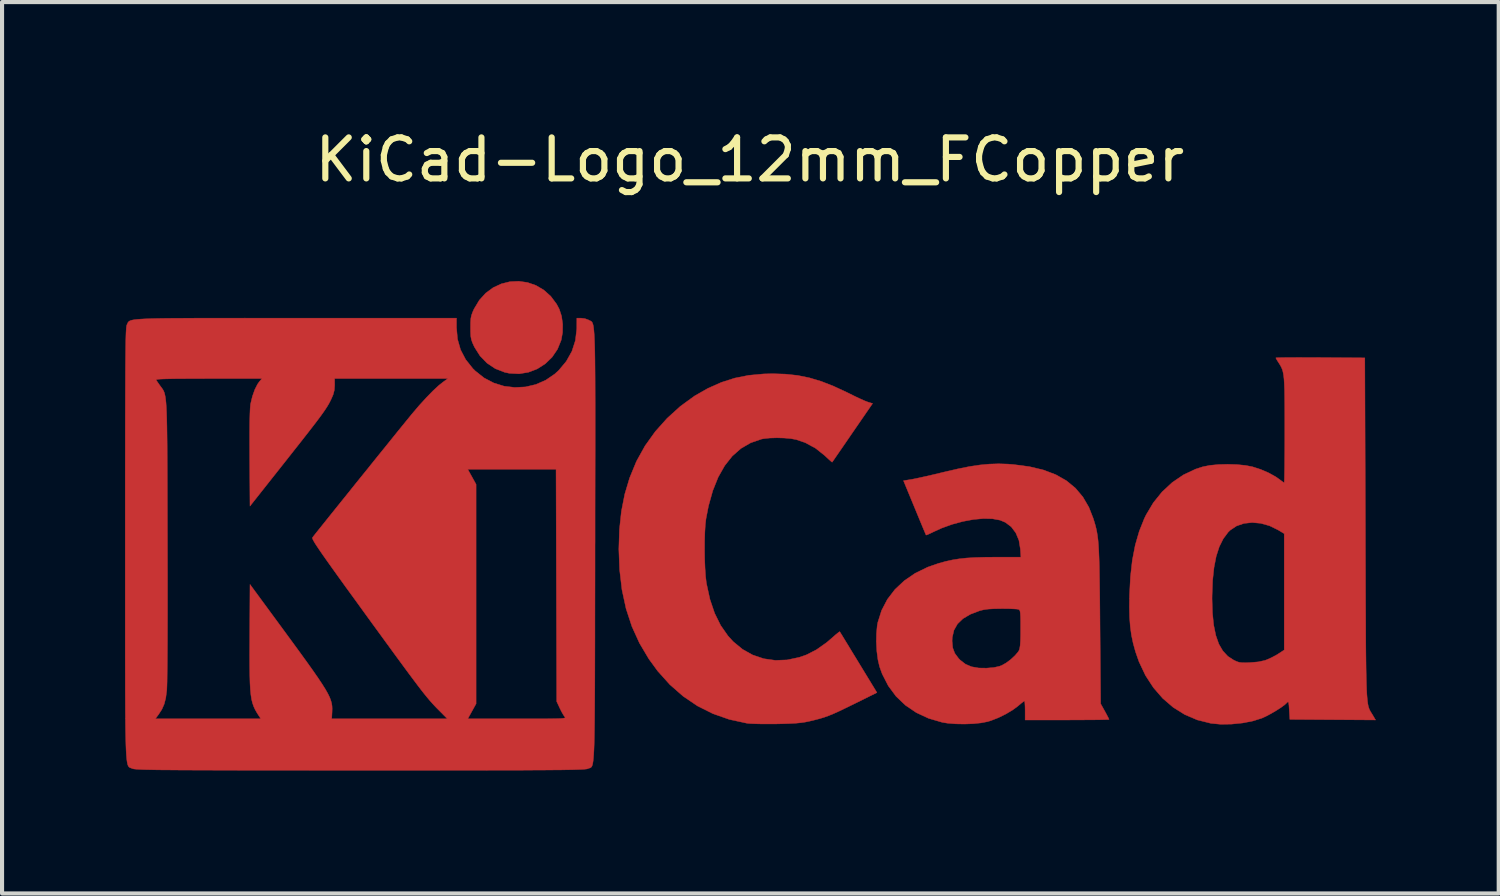
<source format=kicad_pcb>
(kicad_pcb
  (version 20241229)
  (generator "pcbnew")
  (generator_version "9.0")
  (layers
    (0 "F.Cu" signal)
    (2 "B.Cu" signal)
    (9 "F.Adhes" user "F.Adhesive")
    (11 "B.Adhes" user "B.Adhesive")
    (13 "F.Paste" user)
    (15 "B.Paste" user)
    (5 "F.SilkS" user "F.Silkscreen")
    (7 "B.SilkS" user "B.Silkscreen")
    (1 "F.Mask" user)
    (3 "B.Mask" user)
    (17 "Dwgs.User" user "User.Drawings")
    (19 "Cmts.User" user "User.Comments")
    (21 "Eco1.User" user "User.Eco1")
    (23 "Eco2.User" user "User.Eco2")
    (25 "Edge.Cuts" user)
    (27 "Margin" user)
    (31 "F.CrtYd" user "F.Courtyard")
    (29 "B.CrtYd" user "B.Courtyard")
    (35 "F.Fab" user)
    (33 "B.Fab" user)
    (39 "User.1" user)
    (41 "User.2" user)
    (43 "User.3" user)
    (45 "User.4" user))
  (footprint "KiCad-Logo_12mm_FCopper"
    (layer "F.Cu")
    (at 15.245 9.738)
    (property "Reference" "KiCad-Logo_12mm_FCopper" (at 0 -8.89 0) (layer "F.SilkS") (effects (font (size 1 1) (thickness 0.15))))
    (attr exclude_from_pos_files exclude_from_bom)
    (fp_poly (pts (xy -5.423 -5.895) (xy -5.218 -5.824) (xy -5.027 -5.712) (xy -4.856 -5.559) (xy -4.712 -5.366) (xy -4.648 -5.244) (xy -4.592 -5.073) (xy -4.565 -4.876) (xy -4.568 -4.674) (xy -4.601 -4.49) (xy -4.692 -4.266) (xy -4.824 -4.072) (xy -4.991 -3.911) (xy -5.185 -3.787) (xy -5.399 -3.705) (xy -5.628 -3.667) (xy -5.865 -3.679) (xy -5.981 -3.704) (xy -6.208 -3.792) (xy -6.41 -3.927) (xy -6.582 -4.104) (xy -6.718 -4.319) (xy -6.729 -4.343) (xy -6.769 -4.431) (xy -6.794 -4.505) (xy -6.808 -4.583) (xy -6.813 -4.684) (xy -6.814 -4.793) (xy -6.813 -4.925) (xy -6.806 -5.019) (xy -6.79 -5.096) (xy -6.762 -5.173) (xy -6.728 -5.249) (xy -6.599 -5.464) (xy -6.441 -5.638) (xy -6.259 -5.771) (xy -6.06 -5.863) (xy -5.85 -5.915) (xy -5.636 -5.925) (xy -5.423 -5.895)) (stroke (width 0.01) (type solid)) (fill yes) (layer "F.Cu"))
    (fp_poly (pts (xy 0.875 -3.659) (xy 1.17 -3.627) (xy 1.455 -3.569) (xy 1.743 -3.483) (xy 2.045 -3.365) (xy 2.372 -3.213) (xy 2.431 -3.184) (xy 2.566 -3.117) (xy 2.694 -3.057) (xy 2.801 -3.009) (xy 2.876 -2.98) (xy 2.887 -2.976) (xy 2.997 -2.943) (xy 2.506 -2.23) (xy 2.386 -2.055) (xy 2.277 -1.896) (xy 2.181 -1.757) (xy 2.103 -1.644) (xy 2.047 -1.562) (xy 2.015 -1.517) (xy 2.01 -1.51) (xy 1.99 -1.525) (xy 1.939 -1.57) (xy 1.867 -1.636) (xy 1.827 -1.674) (xy 1.603 -1.852) (xy 1.351 -1.988) (xy 1.133 -2.062) (xy 1.003 -2.086) (xy 0.84 -2.1) (xy 0.663 -2.105) (xy 0.491 -2.1) (xy 0.345 -2.085) (xy 0.286 -2.074) (xy 0.022 -1.983) (xy -0.216 -1.845) (xy -0.427 -1.659) (xy -0.612 -1.425) (xy -0.771 -1.144) (xy -0.902 -0.817) (xy -1.007 -0.443) (xy -1.069 -0.123) (xy -1.085 0.018) (xy -1.096 0.201) (xy -1.102 0.412) (xy -1.103 0.637) (xy -1.1 0.865) (xy -1.091 1.081) (xy -1.078 1.273) (xy -1.06 1.428) (xy -1.056 1.452) (xy -0.972 1.836) (xy -0.857 2.176) (xy -0.71 2.473) (xy -0.531 2.729) (xy -0.404 2.868) (xy -0.176 3.056) (xy 0.073 3.195) (xy 0.341 3.285) (xy 0.623 3.325) (xy 0.913 3.314) (xy 1.209 3.251) (xy 1.384 3.19) (xy 1.626 3.066) (xy 1.876 2.89) (xy 2.016 2.77) (xy 2.094 2.701) (xy 2.156 2.651) (xy 2.191 2.626) (xy 2.195 2.625) (xy 2.211 2.65) (xy 2.252 2.716) (xy 2.314 2.818) (xy 2.394 2.949) (xy 2.488 3.104) (xy 2.594 3.277) (xy 2.653 3.374) (xy 3.103 4.112) (xy 2.541 4.39) (xy 2.338 4.489) (xy 2.174 4.568) (xy 2.038 4.629) (xy 1.921 4.677) (xy 1.812 4.716) (xy 1.701 4.749) (xy 1.579 4.781) (xy 1.461 4.809) (xy 1.357 4.831) (xy 1.248 4.847) (xy 1.123 4.859) (xy 0.972 4.867) (xy 0.783 4.873) (xy 0.655 4.876) (xy 0.474 4.877) (xy 0.3 4.877) (xy 0.144 4.873) (xy 0.02 4.868) (xy -0.063 4.861) (xy -0.068 4.86) (xy -0.497 4.767) (xy -0.9 4.626) (xy -1.276 4.438) (xy -1.626 4.201) (xy -1.95 3.917) (xy -2.247 3.586) (xy -2.462 3.291) (xy -2.691 2.905) (xy -2.876 2.498) (xy -3.018 2.066) (xy -3.118 1.605) (xy -3.176 1.113) (xy -3.195 0.614) (xy -3.18 0.131) (xy -3.132 -0.315) (xy -3.05 -0.731) (xy -2.932 -1.125) (xy -2.777 -1.503) (xy -2.759 -1.543) (xy -2.555 -1.91) (xy -2.305 -2.259) (xy -2.015 -2.583) (xy -1.693 -2.875) (xy -1.346 -3.127) (xy -1.022 -3.312) (xy -0.695 -3.457) (xy -0.368 -3.562) (xy -0.027 -3.63) (xy 0.34 -3.664) (xy 0.56 -3.669) (xy 0.875 -3.659)) (stroke (width 0.01) (type solid)) (fill yes) (layer "F.Cu"))
    (fp_poly (pts (xy 13.611 -4.064) (xy 13.843 -4.063) (xy 13.922 -4.063) (xy 15.008 -4.056) (xy 15.022 0.109) (xy 15.023 0.674) (xy 15.025 1.187) (xy 15.026 1.65) (xy 15.028 2.067) (xy 15.03 2.44) (xy 15.031 2.772) (xy 15.033 3.064) (xy 15.036 3.321) (xy 15.039 3.544) (xy 15.043 3.737) (xy 15.047 3.901) (xy 15.052 4.04) (xy 15.058 4.157) (xy 15.066 4.253) (xy 15.074 4.331) (xy 15.083 4.395) (xy 15.094 4.447) (xy 15.107 4.489) (xy 15.12 4.524) (xy 15.136 4.555) (xy 15.153 4.585) (xy 15.172 4.615) (xy 15.193 4.649) (xy 15.198 4.657) (xy 15.27 4.78) (xy 14.224 4.773) (xy 13.178 4.766) (xy 13.164 4.536) (xy 13.157 4.426) (xy 13.149 4.362) (xy 13.139 4.337) (xy 13.123 4.342) (xy 13.11 4.356) (xy 13.052 4.41) (xy 12.959 4.478) (xy 12.842 4.553) (xy 12.715 4.627) (xy 12.592 4.692) (xy 12.498 4.735) (xy 12.276 4.805) (xy 12.022 4.854) (xy 11.754 4.881) (xy 11.491 4.885) (xy 11.252 4.862) (xy 11.248 4.861) (xy 10.92 4.779) (xy 10.614 4.648) (xy 10.331 4.471) (xy 10.075 4.251) (xy 9.849 3.99) (xy 9.655 3.692) (xy 9.498 3.36) (xy 9.412 3.114) (xy 9.355 2.907) (xy 9.313 2.708) (xy 9.285 2.503) (xy 9.268 2.28) (xy 9.262 2.027) (xy 9.265 1.821) (xy 11.28 1.821) (xy 11.29 2.167) (xy 11.32 2.464) (xy 11.372 2.717) (xy 11.445 2.926) (xy 11.543 3.094) (xy 11.664 3.225) (xy 11.805 3.317) (xy 11.878 3.352) (xy 11.941 3.373) (xy 12.011 3.382) (xy 12.106 3.383) (xy 12.208 3.379) (xy 12.409 3.362) (xy 12.568 3.327) (xy 12.618 3.309) (xy 12.732 3.258) (xy 12.852 3.194) (xy 12.905 3.161) (xy 13.041 3.072) (xy 13.041 0.233) (xy 12.891 0.143) (xy 12.682 0.041) (xy 12.468 -0.019) (xy 12.257 -0.038) (xy 12.057 -0.016) (xy 11.877 0.046) (xy 11.723 0.149) (xy 11.673 0.198) (xy 11.553 0.359) (xy 11.456 0.554) (xy 11.381 0.787) (xy 11.328 1.06) (xy 11.294 1.377) (xy 11.281 1.742) (xy 11.28 1.821) (xy 9.265 1.821) (xy 9.266 1.735) (xy 9.289 1.285) (xy 9.335 0.88) (xy 9.406 0.512) (xy 9.503 0.177) (xy 9.626 -0.132) (xy 9.67 -0.223) (xy 9.848 -0.522) (xy 10.062 -0.787) (xy 10.308 -1.015) (xy 10.581 -1.201) (xy 10.877 -1.341) (xy 11.053 -1.398) (xy 11.227 -1.433) (xy 11.436 -1.453) (xy 11.663 -1.459) (xy 11.89 -1.452) (xy 12.1 -1.431) (xy 12.268 -1.398) (xy 12.469 -1.333) (xy 12.663 -1.249) (xy 12.833 -1.155) (xy 12.924 -1.091) (xy 12.986 -1.044) (xy 13.03 -1.015) (xy 13.04 -1.011) (xy 13.043 -1.037) (xy 13.046 -1.113) (xy 13.048 -1.232) (xy 13.051 -1.391) (xy 13.052 -1.582) (xy 13.054 -1.801) (xy 13.055 -2.043) (xy 13.055 -2.29) (xy 13.055 -2.606) (xy 13.054 -2.872) (xy 13.052 -3.093) (xy 13.049 -3.276) (xy 13.043 -3.424) (xy 13.036 -3.543) (xy 13.025 -3.638) (xy 13.011 -3.713) (xy 12.993 -3.775) (xy 12.97 -3.828) (xy 12.943 -3.878) (xy 12.911 -3.929) (xy 12.907 -3.935) (xy 12.865 -4.001) (xy 12.84 -4.046) (xy 12.837 -4.056) (xy 12.863 -4.059) (xy 12.938 -4.061) (xy 13.056 -4.063) (xy 13.212 -4.064) (xy 13.399 -4.065) (xy 13.611 -4.064)) (stroke (width 0.01) (type solid)) (fill yes) (layer "F.Cu"))
    (fp_poly (pts (xy 6.301 -1.464) (xy 6.436 -1.453) (xy 6.823 -1.402) (xy 7.166 -1.32) (xy 7.467 -1.206) (xy 7.726 -1.059) (xy 7.946 -0.878) (xy 8.128 -0.662) (xy 8.275 -0.41) (xy 8.382 -0.137) (xy 8.409 -0.049) (xy 8.433 0.032) (xy 8.453 0.113) (xy 8.47 0.196) (xy 8.485 0.288) (xy 8.498 0.391) (xy 8.508 0.511) (xy 8.516 0.651) (xy 8.523 0.817) (xy 8.529 1.012) (xy 8.533 1.242) (xy 8.537 1.509) (xy 8.541 1.82) (xy 8.544 2.178) (xy 8.546 2.458) (xy 8.562 4.384) (xy 8.665 4.569) (xy 8.713 4.658) (xy 8.749 4.727) (xy 8.766 4.764) (xy 8.767 4.767) (xy 8.741 4.77) (xy 8.666 4.772) (xy 8.548 4.775) (xy 8.394 4.777) (xy 8.209 4.778) (xy 7.999 4.779) (xy 7.77 4.78) (xy 7.743 4.78) (xy 6.719 4.78) (xy 6.719 4.547) (xy 6.717 4.443) (xy 6.712 4.362) (xy 6.706 4.319) (xy 6.703 4.315) (xy 6.676 4.332) (xy 6.62 4.376) (xy 6.547 4.437) (xy 6.546 4.439) (xy 6.413 4.537) (xy 6.246 4.636) (xy 6.063 4.726) (xy 5.883 4.796) (xy 5.804 4.82) (xy 5.646 4.851) (xy 5.452 4.871) (xy 5.241 4.879) (xy 5.029 4.875) (xy 4.834 4.86) (xy 4.698 4.838) (xy 4.363 4.74) (xy 4.063 4.6) (xy 3.797 4.42) (xy 3.569 4.202) (xy 3.38 3.947) (xy 3.232 3.658) (xy 3.168 3.482) (xy 3.128 3.312) (xy 3.101 3.107) (xy 3.089 2.886) (xy 3.089 2.854) (xy 4.937 2.854) (xy 4.952 3.018) (xy 5.003 3.154) (xy 5.097 3.28) (xy 5.133 3.317) (xy 5.262 3.417) (xy 5.411 3.481) (xy 5.589 3.512) (xy 5.777 3.515) (xy 5.955 3.5) (xy 6.091 3.47) (xy 6.15 3.448) (xy 6.257 3.387) (xy 6.37 3.303) (xy 6.473 3.207) (xy 6.55 3.116) (xy 6.571 3.082) (xy 6.586 3.035) (xy 6.598 2.96) (xy 6.605 2.851) (xy 6.609 2.699) (xy 6.609 2.554) (xy 6.609 2.386) (xy 6.607 2.264) (xy 6.602 2.181) (xy 6.595 2.128) (xy 6.583 2.099) (xy 6.567 2.084) (xy 6.562 2.082) (xy 6.518 2.074) (xy 6.431 2.069) (xy 6.312 2.064) (xy 6.175 2.063) (xy 6.145 2.063) (xy 5.961 2.066) (xy 5.819 2.074) (xy 5.707 2.09) (xy 5.613 2.113) (xy 5.382 2.201) (xy 5.201 2.308) (xy 5.068 2.437) (xy 4.982 2.59) (xy 4.941 2.768) (xy 4.937 2.854) (xy 3.089 2.854) (xy 3.092 2.67) (xy 3.11 2.476) (xy 3.125 2.397) (xy 3.217 2.106) (xy 3.357 1.838) (xy 3.542 1.596) (xy 3.77 1.382) (xy 4.037 1.199) (xy 4.343 1.05) (xy 4.602 0.96) (xy 4.775 0.912) (xy 4.941 0.875) (xy 5.11 0.848) (xy 5.293 0.828) (xy 5.501 0.816) (xy 5.744 0.809) (xy 5.964 0.807) (xy 6.616 0.806) (xy 6.603 0.61) (xy 6.568 0.397) (xy 6.492 0.215) (xy 6.38 0.066) (xy 6.234 -0.043) (xy 6.106 -0.096) (xy 5.922 -0.13) (xy 5.703 -0.135) (xy 5.46 -0.113) (xy 5.202 -0.065) (xy 4.939 0.006) (xy 4.683 0.098) (xy 4.497 0.183) (xy 4.407 0.226) (xy 4.339 0.257) (xy 4.304 0.268) (xy 4.302 0.268) (xy 4.29 0.242) (xy 4.26 0.171) (xy 4.215 0.064) (xy 4.158 -0.074) (xy 4.091 -0.235) (xy 4.023 -0.4) (xy 3.751 -1.059) (xy 3.944 -1.09) (xy 4.028 -1.106) (xy 4.154 -1.133) (xy 4.312 -1.168) (xy 4.49 -1.209) (xy 4.677 -1.254) (xy 4.752 -1.272) (xy 5.076 -1.347) (xy 5.359 -1.404) (xy 5.613 -1.442) (xy 5.847 -1.464) (xy 6.073 -1.471) (xy 6.301 -1.464)) (stroke (width 0.01) (type solid)) (fill yes) (layer "F.Cu"))
    (fp_poly (pts (xy -11.847 -5.025) (xy -11.321 -5.025) (xy -11.076 -5.025) (xy -7.156 -5.025) (xy -7.156 -4.794) (xy -7.131 -4.513) (xy -7.057 -4.254) (xy -6.932 -4.015) (xy -6.756 -3.794) (xy -6.696 -3.735) (xy -6.482 -3.566) (xy -6.246 -3.443) (xy -5.995 -3.365) (xy -5.735 -3.334) (xy -5.475 -3.347) (xy -5.221 -3.406) (xy -4.98 -3.511) (xy -4.76 -3.661) (xy -4.661 -3.751) (xy -4.476 -3.973) (xy -4.34 -4.216) (xy -4.255 -4.479) (xy -4.222 -4.759) (xy -4.221 -4.786) (xy -4.22 -5.025) (xy -4.115 -5.025) (xy -4.021 -5.013) (xy -3.936 -4.982) (xy -3.931 -4.979) (xy -3.912 -4.969) (xy -3.894 -4.961) (xy -3.878 -4.953) (xy -3.863 -4.943) (xy -3.85 -4.928) (xy -3.838 -4.907) (xy -3.827 -4.876) (xy -3.817 -4.834) (xy -3.809 -4.778) (xy -3.802 -4.707) (xy -3.795 -4.617) (xy -3.79 -4.507) (xy -3.785 -4.374) (xy -3.781 -4.216) (xy -3.778 -4.031) (xy -3.776 -3.817) (xy -3.774 -3.571) (xy -3.773 -3.29) (xy -3.772 -2.974) (xy -3.772 -2.619) (xy -3.772 -2.223) (xy -3.772 -1.784) (xy -3.773 -1.3) (xy -3.774 -0.769) (xy -3.775 -0.187) (xy -3.775 0.446) (xy -3.776 0.524) (xy -3.776 1.161) (xy -3.777 1.747) (xy -3.778 2.282) (xy -3.778 2.769) (xy -3.779 3.211) (xy -3.78 3.609) (xy -3.781 3.967) (xy -3.783 4.285) (xy -3.785 4.568) (xy -3.787 4.815) (xy -3.79 5.031) (xy -3.793 5.217) (xy -3.797 5.376) (xy -3.802 5.509) (xy -3.808 5.62) (xy -3.815 5.709) (xy -3.822 5.781) (xy -3.831 5.836) (xy -3.84 5.877) (xy -3.851 5.906) (xy -3.863 5.926) (xy -3.877 5.939) (xy -3.892 5.948) (xy -3.908 5.953) (xy -3.926 5.958) (xy -3.946 5.965) (xy -3.95 5.968) (xy -3.965 5.973) (xy -3.991 5.977) (xy -4.028 5.981) (xy -4.08 5.985) (xy -4.148 5.988) (xy -4.236 5.991) (xy -4.344 5.994) (xy -4.476 5.996) (xy -4.633 5.999) (xy -4.818 6) (xy -5.033 6.002) (xy -5.28 6.003) (xy -5.561 6.005) (xy -5.878 6.006) (xy -6.234 6.006) (xy -6.631 6.007) (xy -7.071 6.007) (xy -7.556 6.008) (xy -8.088 6.008) (xy -8.67 6.008) (xy -9.303 6.008) (xy -9.509 6.008) (xy -10.156 6.008) (xy -10.752 6.008) (xy -11.297 6.007) (xy -11.794 6.007) (xy -12.245 6.007) (xy -12.653 6.006) (xy -13.02 6.005) (xy -13.347 6.004) (xy -13.638 6.003) (xy -13.894 6.002) (xy -14.117 6) (xy -14.31 5.999) (xy -14.476 5.997) (xy -14.615 5.994) (xy -14.731 5.992) (xy -14.826 5.989) (xy -14.901 5.985) (xy -14.96 5.982) (xy -15.003 5.978) (xy -15.035 5.974) (xy -15.056 5.969) (xy -15.067 5.965) (xy -15.088 5.956) (xy -15.107 5.95) (xy -15.124 5.943) (xy -15.139 5.935) (xy -15.154 5.921) (xy -15.166 5.902) (xy -15.178 5.873) (xy -15.188 5.832) (xy -15.197 5.779) (xy -15.205 5.709) (xy -15.212 5.622) (xy -15.218 5.514) (xy -15.223 5.383) (xy -15.227 5.228) (xy -15.231 5.045) (xy -15.234 4.834) (xy -15.234 4.752) (xy -14.505 4.752) (xy -11.929 4.752) (xy -11.979 4.677) (xy -12.028 4.6) (xy -12.07 4.526) (xy -12.104 4.452) (xy -12.133 4.37) (xy -12.156 4.277) (xy -12.173 4.166) (xy -12.186 4.034) (xy -12.195 3.875) (xy -12.2 3.683) (xy -12.203 3.454) (xy -12.204 3.182) (xy -12.202 2.863) (xy -12.202 2.744) (xy -12.195 1.472) (xy -11.389 2.569) (xy -11.161 2.88) (xy -10.963 3.151) (xy -10.794 3.385) (xy -10.65 3.587) (xy -10.531 3.759) (xy -10.434 3.905) (xy -10.357 4.028) (xy -10.297 4.133) (xy -10.253 4.223) (xy -10.223 4.302) (xy -10.203 4.372) (xy -10.193 4.439) (xy -10.19 4.504) (xy -10.192 4.573) (xy -10.192 4.581) (xy -10.201 4.752) (xy -8.789 4.752) (xy -7.378 4.752) (xy -7.588 4.54) (xy -7.645 4.483) (xy -7.699 4.426) (xy -7.752 4.368) (xy -7.807 4.306) (xy -7.867 4.235) (xy -7.933 4.154) (xy -8.008 4.059) (xy -8.094 3.947) (xy -8.194 3.814) (xy -8.31 3.659) (xy -8.445 3.476) (xy -8.6 3.265) (xy -8.779 3.02) (xy -8.983 2.74) (xy -9.215 2.422) (xy -9.405 2.16) (xy -9.643 1.831) (xy -9.852 1.544) (xy -10.031 1.295) (xy -10.184 1.082) (xy -10.312 0.902) (xy -10.417 0.753) (xy -10.501 0.631) (xy -10.566 0.534) (xy -10.614 0.46) (xy -10.646 0.404) (xy -10.665 0.366) (xy -10.673 0.342) (xy -10.67 0.329) (xy -10.644 0.295) (xy -10.587 0.222) (xy -10.502 0.116) (xy -10.393 -0.02) (xy -10.264 -0.181) (xy -10.118 -0.363) (xy -9.958 -0.562) (xy -9.788 -0.773) (xy -9.612 -0.993) (xy -9.432 -1.216) (xy -9.333 -1.338) (xy -6.882 -1.338) (xy -6.678 -0.97) (xy -6.678 4.384) (xy -6.882 4.752) (xy -5.676 4.752) (xy -5.388 4.752) (xy -5.151 4.752) (xy -4.958 4.751) (xy -4.807 4.749) (xy -4.693 4.747) (xy -4.61 4.744) (xy -4.554 4.739) (xy -4.521 4.733) (xy -4.507 4.725) (xy -4.506 4.715) (xy -4.515 4.704) (xy -4.515 4.704) (xy -4.549 4.654) (xy -4.595 4.573) (xy -4.635 4.492) (xy -4.711 4.329) (xy -4.719 1.495) (xy -4.727 -1.338) (xy -6.882 -1.338) (xy -9.333 -1.338) (xy -9.253 -1.438) (xy -9.078 -1.656) (xy -8.909 -1.864) (xy -8.752 -2.059) (xy -8.609 -2.237) (xy -8.483 -2.392) (xy -8.378 -2.521) (xy -8.298 -2.619) (xy -8.251 -2.677) (xy -8.069 -2.891) (xy -7.893 -3.084) (xy -7.731 -3.25) (xy -7.588 -3.383) (xy -7.486 -3.464) (xy -7.366 -3.551) (xy -10.13 -3.551) (xy -10.129 -3.388) (xy -10.137 -3.269) (xy -10.166 -3.159) (xy -10.211 -3.054) (xy -10.24 -2.995) (xy -10.271 -2.936) (xy -10.308 -2.874) (xy -10.352 -2.805) (xy -10.408 -2.724) (xy -10.476 -2.629) (xy -10.562 -2.514) (xy -10.667 -2.377) (xy -10.794 -2.213) (xy -10.946 -2.019) (xy -11.127 -1.79) (xy -11.338 -1.522) (xy -11.362 -1.492) (xy -12.195 -0.439) (xy -12.203 -1.605) (xy -12.204 -1.955) (xy -12.204 -2.251) (xy -12.202 -2.494) (xy -12.197 -2.686) (xy -12.191 -2.826) (xy -12.183 -2.917) (xy -12.18 -2.935) (xy -12.136 -3.117) (xy -12.078 -3.281) (xy -12.011 -3.413) (xy -11.972 -3.469) (xy -11.903 -3.551) (xy -13.204 -3.551) (xy -13.515 -3.55) (xy -13.774 -3.549) (xy -13.987 -3.548) (xy -14.156 -3.545) (xy -14.286 -3.542) (xy -14.38 -3.538) (xy -14.442 -3.533) (xy -14.476 -3.526) (xy -14.486 -3.518) (xy -14.485 -3.516) (xy -14.458 -3.475) (xy -14.412 -3.409) (xy -14.388 -3.375) (xy -14.363 -3.342) (xy -14.341 -3.312) (xy -14.321 -3.283) (xy -14.304 -3.252) (xy -14.288 -3.215) (xy -14.275 -3.17) (xy -14.263 -3.114) (xy -14.253 -3.043) (xy -14.244 -2.956) (xy -14.237 -2.849) (xy -14.231 -2.719) (xy -14.226 -2.563) (xy -14.222 -2.379) (xy -14.219 -2.162) (xy -14.216 -1.912) (xy -14.215 -1.623) (xy -14.213 -1.295) (xy -14.212 -0.922) (xy -14.211 -0.504) (xy -14.21 -0.036) (xy -14.209 0.393) (xy -14.208 0.872) (xy -14.207 1.329) (xy -14.207 1.761) (xy -14.207 2.166) (xy -14.208 2.539) (xy -14.209 2.879) (xy -14.211 3.182) (xy -14.213 3.446) (xy -14.216 3.668) (xy -14.218 3.844) (xy -14.222 3.971) (xy -14.225 4.048) (xy -14.226 4.056) (xy -14.25 4.242) (xy -14.288 4.391) (xy -14.345 4.521) (xy -14.428 4.649) (xy -14.439 4.663) (xy -14.505 4.752) (xy -15.234 4.752) (xy -15.236 4.59) (xy -15.237 4.313) (xy -15.239 3.999) (xy -15.239 3.648) (xy -15.24 3.255) (xy -15.24 2.82) (xy -15.24 2.339) (xy -15.24 1.811) (xy -15.24 1.234) (xy -15.24 0.604) (xy -15.24 0.479) (xy -15.24 -0.157) (xy -15.24 -0.741) (xy -15.24 -1.274) (xy -15.239 -1.76) (xy -15.239 -2.2) (xy -15.238 -2.597) (xy -15.237 -2.952) (xy -15.236 -3.269) (xy -15.235 -3.549) (xy -15.234 -3.794) (xy -15.232 -4.008) (xy -15.23 -4.191) (xy -15.228 -4.346) (xy -15.226 -4.477) (xy -15.223 -4.583) (xy -15.22 -4.669) (xy -15.216 -4.736) (xy -15.213 -4.787) (xy -15.208 -4.823) (xy -15.204 -4.848) (xy -15.199 -4.862) (xy -15.199 -4.862) (xy -15.188 -4.885) (xy -15.18 -4.905) (xy -15.17 -4.923) (xy -15.157 -4.939) (xy -15.138 -4.953) (xy -15.11 -4.966) (xy -15.071 -4.977) (xy -15.017 -4.987) (xy -14.947 -4.995) (xy -14.858 -5.002) (xy -14.746 -5.008) (xy -14.61 -5.013) (xy -14.447 -5.017) (xy -14.254 -5.02) (xy -14.029 -5.022) (xy -13.768 -5.023) (xy -13.47 -5.025) (xy -13.131 -5.025) (xy -12.75 -5.025) (xy -12.323 -5.026) (xy -11.847 -5.025)) (stroke (width 0.01) (type solid)) (fill yes) (layer "F.Cu")))
  (gr_rect
    (start -3 -3)
    (end 33.52 18.751)
    (stroke (width 0.1) (type default))
    (fill no)
    (layer "Edge.Cuts")))
</source>
